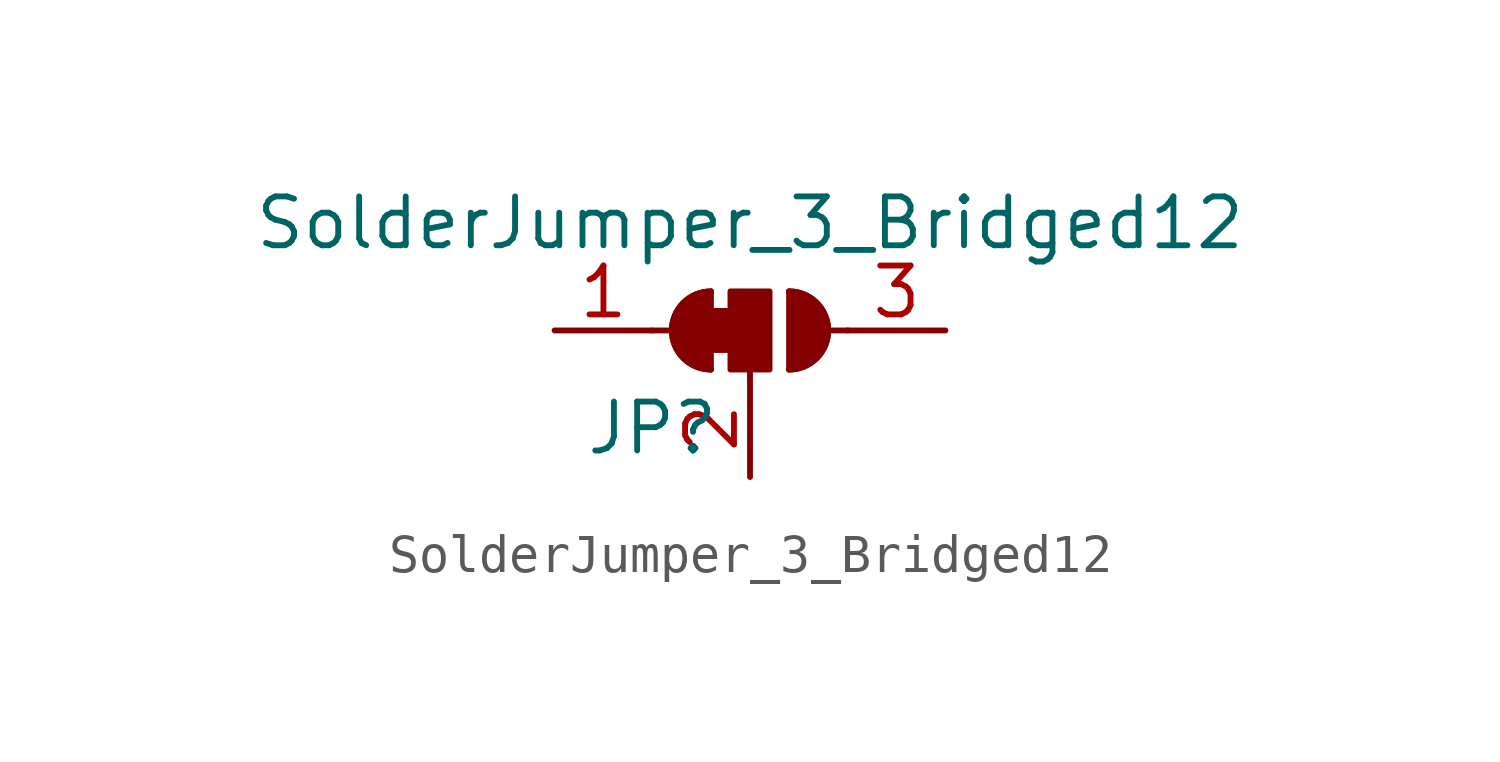
<source format=kicad_sym>
(kicad_symbol_lib
  (version 20201005)
  (generator kicad_symbol_editor)
  (symbol "FTDI_Basic_Breakout:SolderJumper_3_Bridged12"
    (pin_names
      (offset 0) hide)
    (property "Reference" "JP"
      (at -2.54 -2.54 0)
      (effects (font (size 1.27 1.27))))
    (property "Value" "SolderJumper_3_Bridged12"
      (at 0 2.794 0)
      (effects (font (size 1.27 1.27))))
    (symbol "SolderJumper_3_Bridged12_0_1"
      (arc (start -1.016 1.016) (end -1.016 -1.016) (radius (at -1.016 0) (length 1.016) (angles 90.1 -90.1)) (stroke (width 0)) (fill (type none)))
      (arc (start 1.016 -1.016) (end 1.016 1.016) (radius (at 1.016 0) (length 1.016) (angles -89.9 89.9)) (stroke (width 0)) (fill (type none)))
      (arc (start -1.016 1.016) (end -1.016 -1.016) (radius (at -1.016 0) (length 1.016) (angles 90.1 -90.1)) (stroke (width 0)) (fill (type outline)))
      (arc (start 1.016 -1.016) (end 1.016 1.016) (radius (at 1.016 0) (length 1.016) (angles -89.9 89.9)) (stroke (width 0)) (fill (type outline)))
      (rectangle (start -1.016 0.508) (end -0.508 -0.508) (stroke (width 0)) (fill (type outline)))
      (rectangle (start -0.508 1.016) (end 0.508 -1.016) (stroke (width 0)) (fill (type outline)))
      (polyline (pts (xy -2.54 0) (xy -2.032 0)) (stroke (width 0)) (fill (type none)))
      (polyline (pts (xy -1.016 1.016) (xy -1.016 -1.016)) (stroke (width 0)) (fill (type none)))
      (polyline (pts (xy 0 -1.27) (xy 0 -1.016)) (stroke (width 0)) (fill (type none)))
      (polyline (pts (xy 1.016 1.016) (xy 1.016 -1.016)) (stroke (width 0)) (fill (type none)))
      (polyline (pts (xy 2.54 0) (xy 2.032 0)) (stroke (width 0)) (fill (type none))))
    (symbol "SolderJumper_3_Bridged12_1_1"
      (pin passive line (at -5.08 0 0) (length 2.54) (name "A" (effects (font (size 1.27 1.27)))) (number "1" (effects (font (size 1.27 1.27)))))
      (pin input line (at 0 -3.81 90) (length 2.54) (name "C" (effects (font (size 1.27 1.27)))) (number "2" (effects (font (size 1.27 1.27)))))
      (pin passive line (at 5.08 0 180) (length 2.54) (name "B" (effects (font (size 1.27 1.27)))) (number "3" (effects (font (size 1.27 1.27))))))))
</source>
